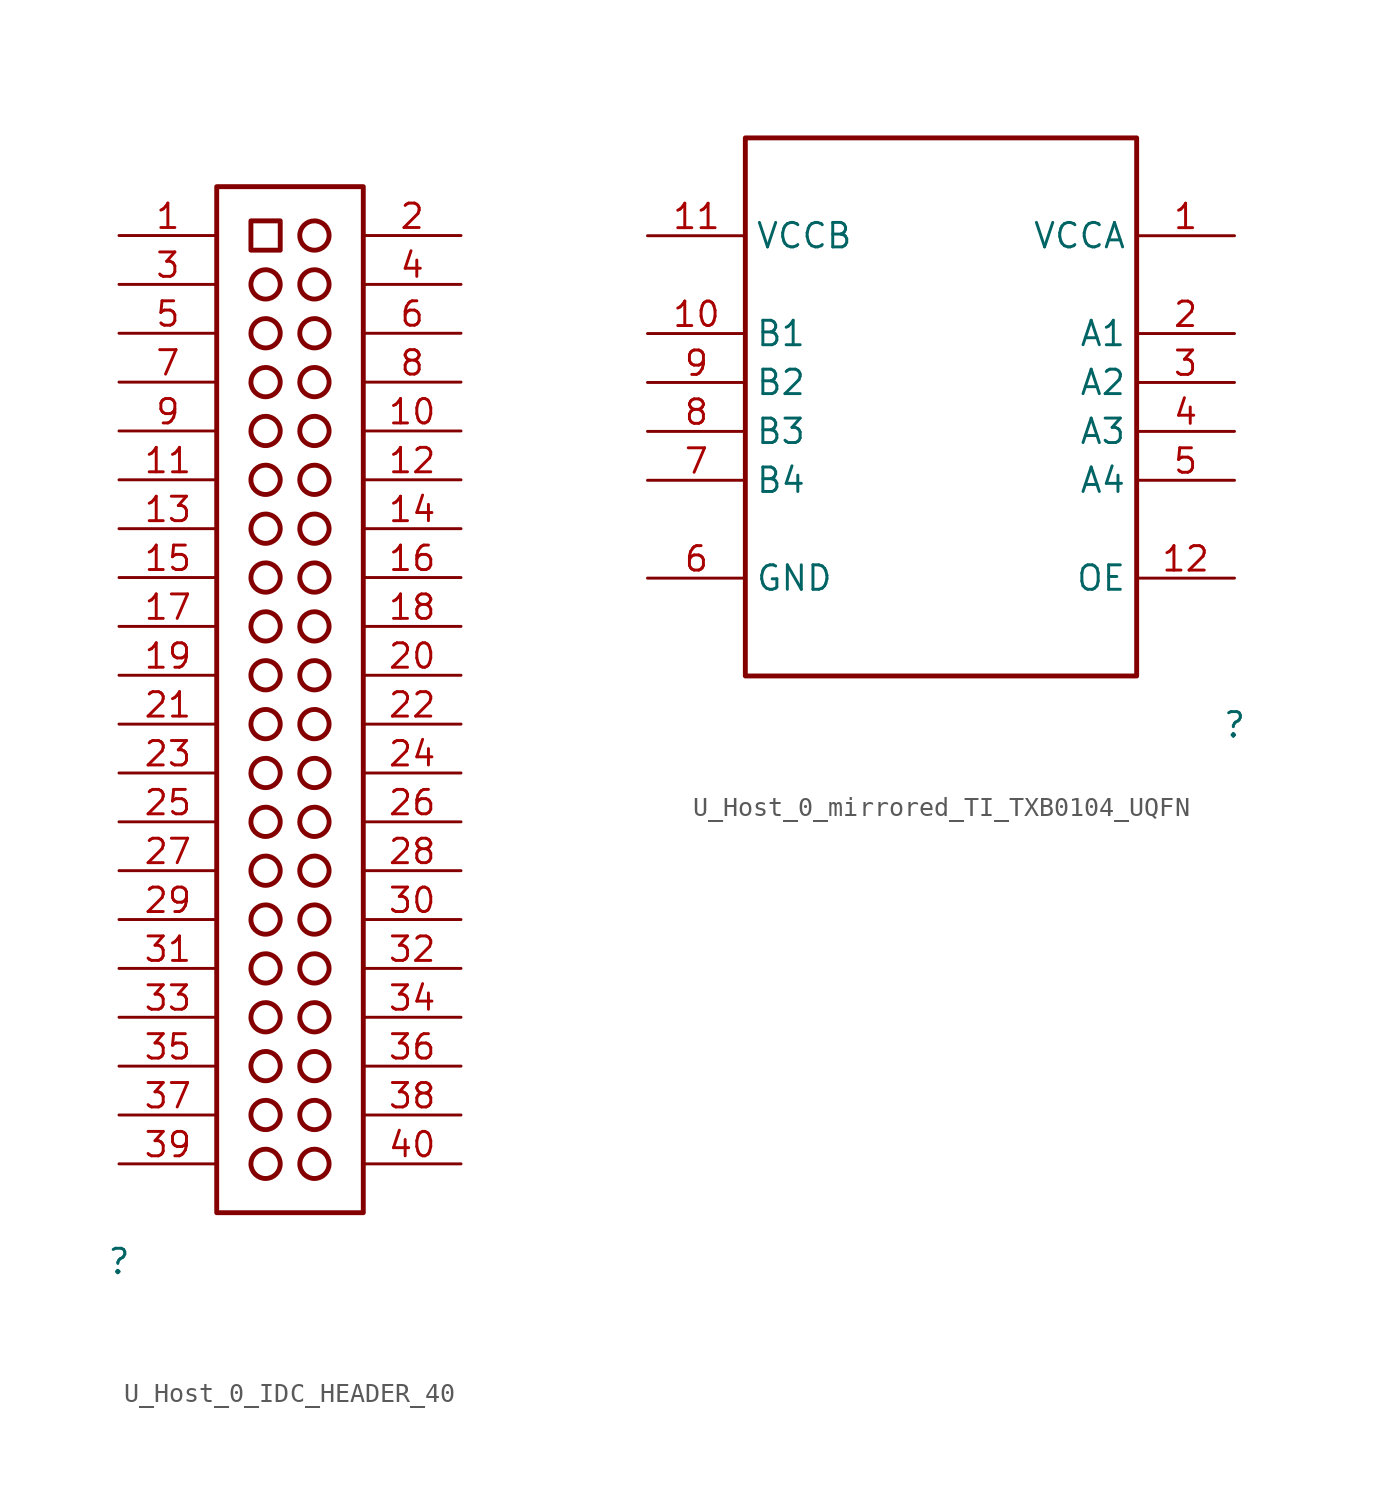
<source format=kicad_sym>
(kicad_symbol_lib
  (version 20231120)
  (generator "kicad_symbol_editor")
  (generator_version "8.0")
  (symbol "U_Host_0_IDC_HEADER_40"
    (property "Reference" ""
      (at 0 0 0)
      (effects (font (size 1.27 1.27))))
    (property "Value" ""
      (at 0 0 0)
      (effects (font (size 1.27 1.27))))
    (symbol "U_Host_0_IDC_HEADER_40_1_0"
      (polyline (pts (xy 5.08 2.54) (xy 12.7 2.54) (xy 12.7 55.88) (xy 5.08 55.88) (xy 5.08 2.54)) (stroke (width 0.254) (type solid)) (fill (type none)))
      (polyline (pts (xy 6.858 52.578) (xy 8.382 52.578) (xy 8.382 54.102) (xy 6.858 54.102) (xy 6.858 52.578)) (stroke (width 0.254) (type solid)) (fill (type none)))
      (circle (center 7.62 5.08) (radius 0.762) (stroke (width 0.254) (type solid)) (fill (type none)))
      (circle (center 7.62 7.62) (radius 0.762) (stroke (width 0.254) (type solid)) (fill (type none)))
      (circle (center 7.62 10.16) (radius 0.762) (stroke (width 0.254) (type solid)) (fill (type none)))
      (circle (center 7.62 12.7) (radius 0.762) (stroke (width 0.254) (type solid)) (fill (type none)))
      (circle (center 7.62 15.24) (radius 0.762) (stroke (width 0.254) (type solid)) (fill (type none)))
      (circle (center 7.62 17.78) (radius 0.762) (stroke (width 0.254) (type solid)) (fill (type none)))
      (circle (center 7.62 20.32) (radius 0.762) (stroke (width 0.254) (type solid)) (fill (type none)))
      (circle (center 7.62 22.86) (radius 0.762) (stroke (width 0.254) (type solid)) (fill (type none)))
      (circle (center 7.62 25.4) (radius 0.762) (stroke (width 0.254) (type solid)) (fill (type none)))
      (circle (center 7.62 27.94) (radius 0.762) (stroke (width 0.254) (type solid)) (fill (type none)))
      (circle (center 7.62 30.48) (radius 0.762) (stroke (width 0.254) (type solid)) (fill (type none)))
      (circle (center 7.62 33.02) (radius 0.762) (stroke (width 0.254) (type solid)) (fill (type none)))
      (circle (center 7.62 35.56) (radius 0.762) (stroke (width 0.254) (type solid)) (fill (type none)))
      (circle (center 7.62 38.1) (radius 0.762) (stroke (width 0.254) (type solid)) (fill (type none)))
      (circle (center 7.62 40.64) (radius 0.762) (stroke (width 0.254) (type solid)) (fill (type none)))
      (circle (center 7.62 43.18) (radius 0.762) (stroke (width 0.254) (type solid)) (fill (type none)))
      (circle (center 7.62 45.72) (radius 0.762) (stroke (width 0.254) (type solid)) (fill (type none)))
      (circle (center 7.62 48.26) (radius 0.762) (stroke (width 0.254) (type solid)) (fill (type none)))
      (circle (center 7.62 50.8) (radius 0.762) (stroke (width 0.254) (type solid)) (fill (type none)))
      (circle (center 10.16 5.08) (radius 0.762) (stroke (width 0.254) (type solid)) (fill (type none)))
      (circle (center 10.16 7.62) (radius 0.762) (stroke (width 0.254) (type solid)) (fill (type none)))
      (circle (center 10.16 10.16) (radius 0.762) (stroke (width 0.254) (type solid)) (fill (type none)))
      (circle (center 10.16 12.7) (radius 0.762) (stroke (width 0.254) (type solid)) (fill (type none)))
      (circle (center 10.16 15.24) (radius 0.762) (stroke (width 0.254) (type solid)) (fill (type none)))
      (circle (center 10.16 17.78) (radius 0.762) (stroke (width 0.254) (type solid)) (fill (type none)))
      (circle (center 10.16 20.32) (radius 0.762) (stroke (width 0.254) (type solid)) (fill (type none)))
      (circle (center 10.16 22.86) (radius 0.762) (stroke (width 0.254) (type solid)) (fill (type none)))
      (circle (center 10.16 25.4) (radius 0.762) (stroke (width 0.254) (type solid)) (fill (type none)))
      (circle (center 10.16 27.94) (radius 0.762) (stroke (width 0.254) (type solid)) (fill (type none)))
      (circle (center 10.16 30.48) (radius 0.762) (stroke (width 0.254) (type solid)) (fill (type none)))
      (circle (center 10.16 33.02) (radius 0.762) (stroke (width 0.254) (type solid)) (fill (type none)))
      (circle (center 10.16 35.56) (radius 0.762) (stroke (width 0.254) (type solid)) (fill (type none)))
      (circle (center 10.16 38.1) (radius 0.762) (stroke (width 0.254) (type solid)) (fill (type none)))
      (circle (center 10.16 40.64) (radius 0.762) (stroke (width 0.254) (type solid)) (fill (type none)))
      (circle (center 10.16 43.18) (radius 0.762) (stroke (width 0.254) (type solid)) (fill (type none)))
      (circle (center 10.16 45.72) (radius 0.762) (stroke (width 0.254) (type solid)) (fill (type none)))
      (circle (center 10.16 48.26) (radius 0.762) (stroke (width 0.254) (type solid)) (fill (type none)))
      (circle (center 10.16 50.8) (radius 0.762) (stroke (width 0.254) (type solid)) (fill (type none)))
      (circle (center 10.16 53.34) (radius 0.762) (stroke (width 0.254) (type solid)) (fill (type none)))
      (pin passive line (at 0 53.34 0) (length 5.08) (name "1" (effects (font (size 0 0)))) (number "1" (effects (font (size 1.27 1.27)))))
      (pin passive line (at 17.78 43.18 180) (length 5.08) (name "10" (effects (font (size 0 0)))) (number "10" (effects (font (size 1.27 1.27)))))
      (pin passive line (at 0 40.64 0) (length 5.08) (name "11" (effects (font (size 0 0)))) (number "11" (effects (font (size 1.27 1.27)))))
      (pin passive line (at 17.78 40.64 180) (length 5.08) (name "12" (effects (font (size 0 0)))) (number "12" (effects (font (size 1.27 1.27)))))
      (pin passive line (at 0 38.1 0) (length 5.08) (name "13" (effects (font (size 0 0)))) (number "13" (effects (font (size 1.27 1.27)))))
      (pin passive line (at 17.78 38.1 180) (length 5.08) (name "14" (effects (font (size 0 0)))) (number "14" (effects (font (size 1.27 1.27)))))
      (pin passive line (at 0 35.56 0) (length 5.08) (name "15" (effects (font (size 0 0)))) (number "15" (effects (font (size 1.27 1.27)))))
      (pin passive line (at 17.78 35.56 180) (length 5.08) (name "16" (effects (font (size 0 0)))) (number "16" (effects (font (size 1.27 1.27)))))
      (pin passive line (at 0 33.02 0) (length 5.08) (name "17" (effects (font (size 0 0)))) (number "17" (effects (font (size 1.27 1.27)))))
      (pin passive line (at 17.78 33.02 180) (length 5.08) (name "18" (effects (font (size 0 0)))) (number "18" (effects (font (size 1.27 1.27)))))
      (pin passive line (at 0 30.48 0) (length 5.08) (name "19" (effects (font (size 0 0)))) (number "19" (effects (font (size 1.27 1.27)))))
      (pin passive line (at 17.78 53.34 180) (length 5.08) (name "2" (effects (font (size 0 0)))) (number "2" (effects (font (size 1.27 1.27)))))
      (pin passive line (at 17.78 30.48 180) (length 5.08) (name "20" (effects (font (size 0 0)))) (number "20" (effects (font (size 1.27 1.27)))))
      (pin passive line (at 0 27.94 0) (length 5.08) (name "21" (effects (font (size 0 0)))) (number "21" (effects (font (size 1.27 1.27)))))
      (pin passive line (at 17.78 27.94 180) (length 5.08) (name "22" (effects (font (size 0 0)))) (number "22" (effects (font (size 1.27 1.27)))))
      (pin passive line (at 0 25.4 0) (length 5.08) (name "23" (effects (font (size 0 0)))) (number "23" (effects (font (size 1.27 1.27)))))
      (pin passive line (at 17.78 25.4 180) (length 5.08) (name "24" (effects (font (size 0 0)))) (number "24" (effects (font (size 1.27 1.27)))))
      (pin passive line (at 0 22.86 0) (length 5.08) (name "25" (effects (font (size 0 0)))) (number "25" (effects (font (size 1.27 1.27)))))
      (pin passive line (at 17.78 22.86 180) (length 5.08) (name "26" (effects (font (size 0 0)))) (number "26" (effects (font (size 1.27 1.27)))))
      (pin passive line (at 0 20.32 0) (length 5.08) (name "27" (effects (font (size 0 0)))) (number "27" (effects (font (size 1.27 1.27)))))
      (pin passive line (at 17.78 20.32 180) (length 5.08) (name "28" (effects (font (size 0 0)))) (number "28" (effects (font (size 1.27 1.27)))))
      (pin passive line (at 0 17.78 0) (length 5.08) (name "29" (effects (font (size 0 0)))) (number "29" (effects (font (size 1.27 1.27)))))
      (pin passive line (at 0 50.8 0) (length 5.08) (name "3" (effects (font (size 0 0)))) (number "3" (effects (font (size 1.27 1.27)))))
      (pin passive line (at 17.78 17.78 180) (length 5.08) (name "30" (effects (font (size 0 0)))) (number "30" (effects (font (size 1.27 1.27)))))
      (pin passive line (at 0 15.24 0) (length 5.08) (name "31" (effects (font (size 0 0)))) (number "31" (effects (font (size 1.27 1.27)))))
      (pin passive line (at 17.78 15.24 180) (length 5.08) (name "32" (effects (font (size 0 0)))) (number "32" (effects (font (size 1.27 1.27)))))
      (pin passive line (at 0 12.7 0) (length 5.08) (name "33" (effects (font (size 0 0)))) (number "33" (effects (font (size 1.27 1.27)))))
      (pin passive line (at 17.78 12.7 180) (length 5.08) (name "34" (effects (font (size 0 0)))) (number "34" (effects (font (size 1.27 1.27)))))
      (pin passive line (at 0 10.16 0) (length 5.08) (name "35" (effects (font (size 0 0)))) (number "35" (effects (font (size 1.27 1.27)))))
      (pin passive line (at 17.78 10.16 180) (length 5.08) (name "36" (effects (font (size 0 0)))) (number "36" (effects (font (size 1.27 1.27)))))
      (pin passive line (at 0 7.62 0) (length 5.08) (name "37" (effects (font (size 0 0)))) (number "37" (effects (font (size 1.27 1.27)))))
      (pin passive line (at 17.78 7.62 180) (length 5.08) (name "38" (effects (font (size 0 0)))) (number "38" (effects (font (size 1.27 1.27)))))
      (pin passive line (at 0 5.08 0) (length 5.08) (name "39" (effects (font (size 0 0)))) (number "39" (effects (font (size 1.27 1.27)))))
      (pin passive line (at 17.78 50.8 180) (length 5.08) (name "4" (effects (font (size 0 0)))) (number "4" (effects (font (size 1.27 1.27)))))
      (pin passive line (at 17.78 5.08 180) (length 5.08) (name "40" (effects (font (size 0 0)))) (number "40" (effects (font (size 1.27 1.27)))))
      (pin passive line (at 0 48.26 0) (length 5.08) (name "5" (effects (font (size 0 0)))) (number "5" (effects (font (size 1.27 1.27)))))
      (pin passive line (at 17.78 48.26 180) (length 5.08) (name "6" (effects (font (size 0 0)))) (number "6" (effects (font (size 1.27 1.27)))))
      (pin passive line (at 0 45.72 0) (length 5.08) (name "7" (effects (font (size 0 0)))) (number "7" (effects (font (size 1.27 1.27)))))
      (pin passive line (at 17.78 45.72 180) (length 5.08) (name "8" (effects (font (size 0 0)))) (number "8" (effects (font (size 1.27 1.27)))))
      (pin passive line (at 0 43.18 0) (length 5.08) (name "9" (effects (font (size 0 0)))) (number "9" (effects (font (size 1.27 1.27)))))))
  (symbol "U_Host_0_mirrored_TI_TXB0104_UQFN"
    (property "Reference" ""
      (at 0 0 0)
      (effects (font (size 1.27 1.27))))
    (property "Value" ""
      (at 0 0 0)
      (effects (font (size 1.27 1.27))))
    (symbol "U_Host_0_mirrored_TI_TXB0104_UQFN_1_0"
      (polyline (pts (xy -5.08 2.54) (xy -25.4 2.54) (xy -25.4 30.48) (xy -5.08 30.48) (xy -5.08 2.54)) (stroke (width 0.254) (type solid)) (fill (type none)))
      (pin power_in line (at 0 25.4 180) (length 5.08) (name "VCCA" (effects (font (size 1.27 1.27)))) (number "1" (effects (font (size 1.27 1.27)))))
      (pin bidirectional line (at -30.48 20.32 0) (length 5.08) (name "B1" (effects (font (size 1.27 1.27)))) (number "10" (effects (font (size 1.27 1.27)))))
      (pin power_in line (at -30.48 25.4 0) (length 5.08) (name "VCCB" (effects (font (size 1.27 1.27)))) (number "11" (effects (font (size 1.27 1.27)))))
      (pin input line (at 0 7.62 180) (length 5.08) (name "OE" (effects (font (size 1.27 1.27)))) (number "12" (effects (font (size 1.27 1.27)))))
      (pin bidirectional line (at 0 20.32 180) (length 5.08) (name "A1" (effects (font (size 1.27 1.27)))) (number "2" (effects (font (size 1.27 1.27)))))
      (pin bidirectional line (at 0 17.78 180) (length 5.08) (name "A2" (effects (font (size 1.27 1.27)))) (number "3" (effects (font (size 1.27 1.27)))))
      (pin bidirectional line (at 0 15.24 180) (length 5.08) (name "A3" (effects (font (size 1.27 1.27)))) (number "4" (effects (font (size 1.27 1.27)))))
      (pin bidirectional line (at 0 12.7 180) (length 5.08) (name "A4" (effects (font (size 1.27 1.27)))) (number "5" (effects (font (size 1.27 1.27)))))
      (pin power_in line (at -30.48 7.62 0) (length 5.08) (name "GND" (effects (font (size 1.27 1.27)))) (number "6" (effects (font (size 1.27 1.27)))))
      (pin bidirectional line (at -30.48 12.7 0) (length 5.08) (name "B4" (effects (font (size 1.27 1.27)))) (number "7" (effects (font (size 1.27 1.27)))))
      (pin bidirectional line (at -30.48 15.24 0) (length 5.08) (name "B3" (effects (font (size 1.27 1.27)))) (number "8" (effects (font (size 1.27 1.27)))))
      (pin bidirectional line (at -30.48 17.78 0) (length 5.08) (name "B2" (effects (font (size 1.27 1.27)))) (number "9" (effects (font (size 1.27 1.27))))))))
</source>
